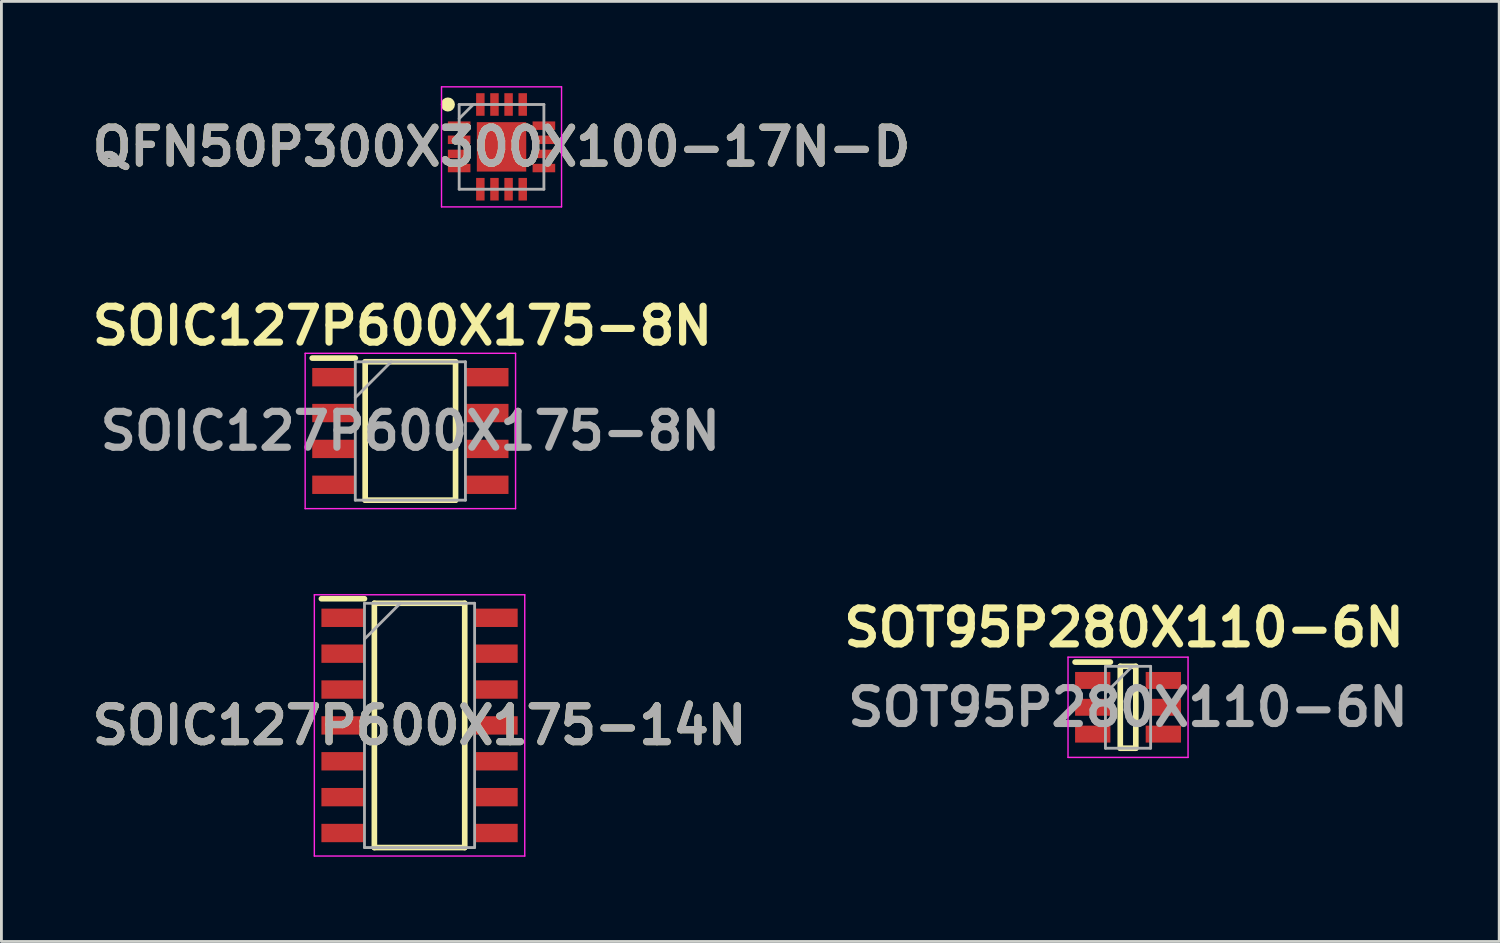
<source format=kicad_pcb>
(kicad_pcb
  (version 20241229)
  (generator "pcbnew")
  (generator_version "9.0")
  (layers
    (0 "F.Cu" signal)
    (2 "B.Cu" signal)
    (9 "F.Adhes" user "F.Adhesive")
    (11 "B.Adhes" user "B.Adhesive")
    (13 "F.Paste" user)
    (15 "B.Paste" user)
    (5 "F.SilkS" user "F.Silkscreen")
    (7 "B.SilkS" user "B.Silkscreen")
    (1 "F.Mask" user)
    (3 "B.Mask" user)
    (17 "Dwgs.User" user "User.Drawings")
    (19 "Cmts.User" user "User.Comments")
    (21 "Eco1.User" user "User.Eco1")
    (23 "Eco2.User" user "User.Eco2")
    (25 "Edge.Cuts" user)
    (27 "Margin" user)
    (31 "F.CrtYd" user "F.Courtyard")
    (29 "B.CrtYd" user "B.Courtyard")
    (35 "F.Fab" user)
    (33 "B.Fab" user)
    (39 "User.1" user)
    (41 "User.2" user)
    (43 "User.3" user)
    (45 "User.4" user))
  (footprint "SOT95P280X110-6N"
    (layer "F.Cu")
    (at 36.891 21.993)
    (property "Reference" "SOT95P280X110-6N" (at -0.14 -2.819 0) (layer "F.SilkS") (effects (font (size 1.27 1.27) (thickness 0.254))))
    (attr smd)
    (fp_line (start -1.875 -1.6) (end -0.625 -1.6) (stroke (width 0.2) (type solid)) (layer "F.SilkS"))
    (fp_line (start -0.275 -1.45) (end 0.275 -1.45) (stroke (width 0.2) (type solid)) (layer "F.SilkS"))
    (fp_line (start -0.275 1.45) (end -0.275 -1.45) (stroke (width 0.2) (type solid)) (layer "F.SilkS"))
    (fp_line (start 0.275 -1.45) (end 0.275 1.45) (stroke (width 0.2) (type solid)) (layer "F.SilkS"))
    (fp_line (start 0.275 1.45) (end -0.275 1.45) (stroke (width 0.2) (type solid)) (layer "F.SilkS"))
    (fp_line (start -2.125 -1.775) (end 2.125 -1.775) (stroke (width 0.05) (type solid)) (layer "F.CrtYd"))
    (fp_line (start -2.125 1.775) (end -2.125 -1.775) (stroke (width 0.05) (type solid)) (layer "F.CrtYd"))
    (fp_line (start 2.125 -1.775) (end 2.125 1.775) (stroke (width 0.05) (type solid)) (layer "F.CrtYd"))
    (fp_line (start 2.125 1.775) (end -2.125 1.775) (stroke (width 0.05) (type solid)) (layer "F.CrtYd"))
    (fp_line (start -0.8 -1.45) (end 0.8 -1.45) (stroke (width 0.1) (type solid)) (layer "F.Fab"))
    (fp_line (start -0.8 -0.5) (end 0.15 -1.45) (stroke (width 0.1) (type solid)) (layer "F.Fab"))
    (fp_line (start -0.8 1.45) (end -0.8 -1.45) (stroke (width 0.1) (type solid)) (layer "F.Fab"))
    (fp_line (start 0.8 -1.45) (end 0.8 1.45) (stroke (width 0.1) (type solid)) (layer "F.Fab"))
    (fp_line (start 0.8 1.45) (end -0.8 1.45) (stroke (width 0.1) (type solid)) (layer "F.Fab"))
    (fp_text user "${REFERENCE}" (at 0 0 0) (layer "F.Fab") (effects (font (size 1.27 1.27) (thickness 0.254))))
    (pad "1" smd rect (at -1.25 -0.95 90) (size 0.6 1.25) (layers "F.Cu" "F.Mask" "F.Paste"))
    (pad "2" smd rect (at -1.25 0 90) (size 0.6 1.25) (layers "F.Cu" "F.Mask" "F.Paste"))
    (pad "3" smd rect (at -1.25 0.95 90) (size 0.6 1.25) (layers "F.Cu" "F.Mask" "F.Paste"))
    (pad "4" smd rect (at 1.25 0.95 90) (size 0.6 1.25) (layers "F.Cu" "F.Mask" "F.Paste"))
    (pad "5" smd rect (at 1.25 0 90) (size 0.6 1.25) (layers "F.Cu" "F.Mask" "F.Paste"))
    (pad "6" smd rect (at 1.25 -0.95 90) (size 0.6 1.25) (layers "F.Cu" "F.Mask" "F.Paste")))
  (footprint "SOIC127P600X175-8N"
    (layer "F.Cu")
    (at 11.48 12.21)
    (property "Reference" "SOIC127P600X175-8N" (at -0.279 -3.721 0) (layer "F.SilkS") (effects (font (size 1.27 1.27) (thickness 0.254))))
    (attr smd)
    (fp_line (start -3.475 -2.58) (end -1.95 -2.58) (stroke (width 0.2) (type solid)) (layer "F.SilkS"))
    (fp_line (start -1.6 -2.45) (end 1.6 -2.45) (stroke (width 0.2) (type solid)) (layer "F.SilkS"))
    (fp_line (start -1.6 2.45) (end -1.6 -2.45) (stroke (width 0.2) (type solid)) (layer "F.SilkS"))
    (fp_line (start 1.6 -2.45) (end 1.6 2.45) (stroke (width 0.2) (type solid)) (layer "F.SilkS"))
    (fp_line (start 1.6 2.45) (end -1.6 2.45) (stroke (width 0.2) (type solid)) (layer "F.SilkS"))
    (fp_line (start -3.725 -2.75) (end 3.725 -2.75) (stroke (width 0.05) (type solid)) (layer "F.CrtYd"))
    (fp_line (start -3.725 2.75) (end -3.725 -2.75) (stroke (width 0.05) (type solid)) (layer "F.CrtYd"))
    (fp_line (start 3.725 -2.75) (end 3.725 2.75) (stroke (width 0.05) (type solid)) (layer "F.CrtYd"))
    (fp_line (start 3.725 2.75) (end -3.725 2.75) (stroke (width 0.05) (type solid)) (layer "F.CrtYd"))
    (fp_line (start -1.95 -2.45) (end 1.95 -2.45) (stroke (width 0.1) (type solid)) (layer "F.Fab"))
    (fp_line (start -1.95 -1.18) (end -0.68 -2.45) (stroke (width 0.1) (type solid)) (layer "F.Fab"))
    (fp_line (start -1.95 2.45) (end -1.95 -2.45) (stroke (width 0.1) (type solid)) (layer "F.Fab"))
    (fp_line (start 1.95 -2.45) (end 1.95 2.45) (stroke (width 0.1) (type solid)) (layer "F.Fab"))
    (fp_line (start 1.95 2.45) (end -1.95 2.45) (stroke (width 0.1) (type solid)) (layer "F.Fab"))
    (fp_text user "${REFERENCE}" (at 0 0 0) (layer "F.Fab") (effects (font (size 1.27 1.27) (thickness 0.254))))
    (pad "1" smd rect (at -2.712 -1.905 90) (size 0.65 1.525) (layers "F.Cu" "F.Mask" "F.Paste"))
    (pad "2" smd rect (at -2.712 -0.635 90) (size 0.65 1.525) (layers "F.Cu" "F.Mask" "F.Paste"))
    (pad "3" smd rect (at -2.712 0.635 90) (size 0.65 1.525) (layers "F.Cu" "F.Mask" "F.Paste"))
    (pad "4" smd rect (at -2.712 1.905 90) (size 0.65 1.525) (layers "F.Cu" "F.Mask" "F.Paste"))
    (pad "5" smd rect (at 2.712 1.905 90) (size 0.65 1.525) (layers "F.Cu" "F.Mask" "F.Paste"))
    (pad "6" smd rect (at 2.712 0.635 90) (size 0.65 1.525) (layers "F.Cu" "F.Mask" "F.Paste"))
    (pad "7" smd rect (at 2.712 -0.635 90) (size 0.65 1.525) (layers "F.Cu" "F.Mask" "F.Paste"))
    (pad "8" smd rect (at 2.712 -1.905 90) (size 0.65 1.525) (layers "F.Cu" "F.Mask" "F.Paste")))
  (footprint "QFN50P300X300X100-17N-D"
    (layer "F.Cu")
    (at 14.708 2.15)
    (property "Reference" "QFN50P300X300X100-17N-D" (at 0 0 0) (layer "F.SilkS") (effects (font (size 1.27 1.27) (thickness 0.254))))
    (attr smd)
    (fp_circle (center -1.9 -1.5) (end -1.9 -1.375) (stroke (width 0.25) (type solid)) (fill no) (layer "F.SilkS"))
    (fp_line (start -2.125 -2.125) (end 2.125 -2.125) (stroke (width 0.05) (type solid)) (layer "F.CrtYd"))
    (fp_line (start -2.125 2.125) (end -2.125 -2.125) (stroke (width 0.05) (type solid)) (layer "F.CrtYd"))
    (fp_line (start 2.125 -2.125) (end 2.125 2.125) (stroke (width 0.05) (type solid)) (layer "F.CrtYd"))
    (fp_line (start 2.125 2.125) (end -2.125 2.125) (stroke (width 0.05) (type solid)) (layer "F.CrtYd"))
    (fp_line (start -1.5 -1.5) (end 1.5 -1.5) (stroke (width 0.1) (type solid)) (layer "F.Fab"))
    (fp_line (start -1.5 -1) (end -1 -1.5) (stroke (width 0.1) (type solid)) (layer "F.Fab"))
    (fp_line (start -1.5 1.5) (end -1.5 -1.5) (stroke (width 0.1) (type solid)) (layer "F.Fab"))
    (fp_line (start 1.5 -1.5) (end 1.5 1.5) (stroke (width 0.1) (type solid)) (layer "F.Fab"))
    (fp_line (start 1.5 1.5) (end -1.5 1.5) (stroke (width 0.1) (type solid)) (layer "F.Fab"))
    (fp_text user "${REFERENCE}" (at 0 0 0) (layer "F.Fab") (effects (font (size 1.27 1.27) (thickness 0.254))))
    (pad "1" smd rect (at -1.5 -0.75 90) (size 0.3 0.8) (layers "F.Cu" "F.Mask" "F.Paste"))
    (pad "2" smd rect (at -1.5 -0.25 90) (size 0.3 0.8) (layers "F.Cu" "F.Mask" "F.Paste"))
    (pad "3" smd rect (at -1.5 0.25 90) (size 0.3 0.8) (layers "F.Cu" "F.Mask" "F.Paste"))
    (pad "4" smd rect (at -1.5 0.75 90) (size 0.3 0.8) (layers "F.Cu" "F.Mask" "F.Paste"))
    (pad "5" smd rect (at -0.75 1.5) (size 0.3 0.8) (layers "F.Cu" "F.Mask" "F.Paste"))
    (pad "6" smd rect (at -0.25 1.5) (size 0.3 0.8) (layers "F.Cu" "F.Mask" "F.Paste"))
    (pad "7" smd rect (at 0.25 1.5) (size 0.3 0.8) (layers "F.Cu" "F.Mask" "F.Paste"))
    (pad "8" smd rect (at 0.75 1.5) (size 0.3 0.8) (layers "F.Cu" "F.Mask" "F.Paste"))
    (pad "9" smd rect (at 1.5 0.75 90) (size 0.3 0.8) (layers "F.Cu" "F.Mask" "F.Paste"))
    (pad "10" smd rect (at 1.5 0.25 90) (size 0.3 0.8) (layers "F.Cu" "F.Mask" "F.Paste"))
    (pad "11" smd rect (at 1.5 -0.25 90) (size 0.3 0.8) (layers "F.Cu" "F.Mask" "F.Paste"))
    (pad "12" smd rect (at 1.5 -0.75 90) (size 0.3 0.8) (layers "F.Cu" "F.Mask" "F.Paste"))
    (pad "13" smd rect (at 0.75 -1.5) (size 0.3 0.8) (layers "F.Cu" "F.Mask" "F.Paste"))
    (pad "14" smd rect (at 0.25 -1.5) (size 0.3 0.8) (layers "F.Cu" "F.Mask" "F.Paste"))
    (pad "15" smd rect (at -0.25 -1.5) (size 0.3 0.8) (layers "F.Cu" "F.Mask" "F.Paste"))
    (pad "16" smd rect (at -0.75 -1.5) (size 0.3 0.8) (layers "F.Cu" "F.Mask" "F.Paste"))
    (pad "17" smd rect (at 0 0) (size 1.75 1.75) (layers "F.Cu" "F.Mask" "F.Paste")))
  (footprint "SOIC127P600X175-14N"
    (layer "F.Cu")
    (at 11.805 22.635)
    (property "Reference" "SOIC127P600X175-14N" (at 0 0 0) (layer "F.SilkS") (effects (font (size 1.27 1.27) (thickness 0.254))))
    (attr smd)
    (fp_line (start -3.475 -4.485) (end -1.95 -4.485) (stroke (width 0.2) (type solid)) (layer "F.SilkS"))
    (fp_line (start -1.6 -4.325) (end 1.6 -4.325) (stroke (width 0.2) (type solid)) (layer "F.SilkS"))
    (fp_line (start -1.6 4.325) (end -1.6 -4.325) (stroke (width 0.2) (type solid)) (layer "F.SilkS"))
    (fp_line (start 1.6 -4.325) (end 1.6 4.325) (stroke (width 0.2) (type solid)) (layer "F.SilkS"))
    (fp_line (start 1.6 4.325) (end -1.6 4.325) (stroke (width 0.2) (type solid)) (layer "F.SilkS"))
    (fp_line (start -3.725 -4.625) (end 3.725 -4.625) (stroke (width 0.05) (type solid)) (layer "F.CrtYd"))
    (fp_line (start -3.725 4.625) (end -3.725 -4.625) (stroke (width 0.05) (type solid)) (layer "F.CrtYd"))
    (fp_line (start 3.725 -4.625) (end 3.725 4.625) (stroke (width 0.05) (type solid)) (layer "F.CrtYd"))
    (fp_line (start 3.725 4.625) (end -3.725 4.625) (stroke (width 0.05) (type solid)) (layer "F.CrtYd"))
    (fp_line (start -1.95 -4.325) (end 1.95 -4.325) (stroke (width 0.1) (type solid)) (layer "F.Fab"))
    (fp_line (start -1.95 -3.055) (end -0.68 -4.325) (stroke (width 0.1) (type solid)) (layer "F.Fab"))
    (fp_line (start -1.95 4.325) (end -1.95 -4.325) (stroke (width 0.1) (type solid)) (layer "F.Fab"))
    (fp_line (start 1.95 -4.325) (end 1.95 4.325) (stroke (width 0.1) (type solid)) (layer "F.Fab"))
    (fp_line (start 1.95 4.325) (end -1.95 4.325) (stroke (width 0.1) (type solid)) (layer "F.Fab"))
    (fp_text user "${REFERENCE}" (at 0 0 0) (layer "F.Fab") (effects (font (size 1.27 1.27) (thickness 0.254))))
    (pad "1" smd rect (at -2.712 -3.81 90) (size 0.65 1.525) (layers "F.Cu" "F.Mask" "F.Paste"))
    (pad "2" smd rect (at -2.712 -2.54 90) (size 0.65 1.525) (layers "F.Cu" "F.Mask" "F.Paste"))
    (pad "3" smd rect (at -2.712 -1.27 90) (size 0.65 1.525) (layers "F.Cu" "F.Mask" "F.Paste"))
    (pad "4" smd rect (at -2.712 0 90) (size 0.65 1.525) (layers "F.Cu" "F.Mask" "F.Paste"))
    (pad "5" smd rect (at -2.712 1.27 90) (size 0.65 1.525) (layers "F.Cu" "F.Mask" "F.Paste"))
    (pad "6" smd rect (at -2.712 2.54 90) (size 0.65 1.525) (layers "F.Cu" "F.Mask" "F.Paste"))
    (pad "7" smd rect (at -2.712 3.81 90) (size 0.65 1.525) (layers "F.Cu" "F.Mask" "F.Paste"))
    (pad "8" smd rect (at 2.712 3.81 90) (size 0.65 1.525) (layers "F.Cu" "F.Mask" "F.Paste"))
    (pad "9" smd rect (at 2.712 2.54 90) (size 0.65 1.525) (layers "F.Cu" "F.Mask" "F.Paste"))
    (pad "10" smd rect (at 2.712 1.27 90) (size 0.65 1.525) (layers "F.Cu" "F.Mask" "F.Paste"))
    (pad "11" smd rect (at 2.712 0 90) (size 0.65 1.525) (layers "F.Cu" "F.Mask" "F.Paste"))
    (pad "12" smd rect (at 2.712 -1.27 90) (size 0.65 1.525) (layers "F.Cu" "F.Mask" "F.Paste"))
    (pad "13" smd rect (at 2.712 -2.54 90) (size 0.65 1.525) (layers "F.Cu" "F.Mask" "F.Paste"))
    (pad "14" smd rect (at 2.712 -3.81 90) (size 0.65 1.525) (layers "F.Cu" "F.Mask" "F.Paste")))
  (gr_rect
    (start -3 -3)
    (end 50.033 30.285)
    (stroke (width 0.1) (type default))
    (fill no)
    (layer "Edge.Cuts")))
</source>
